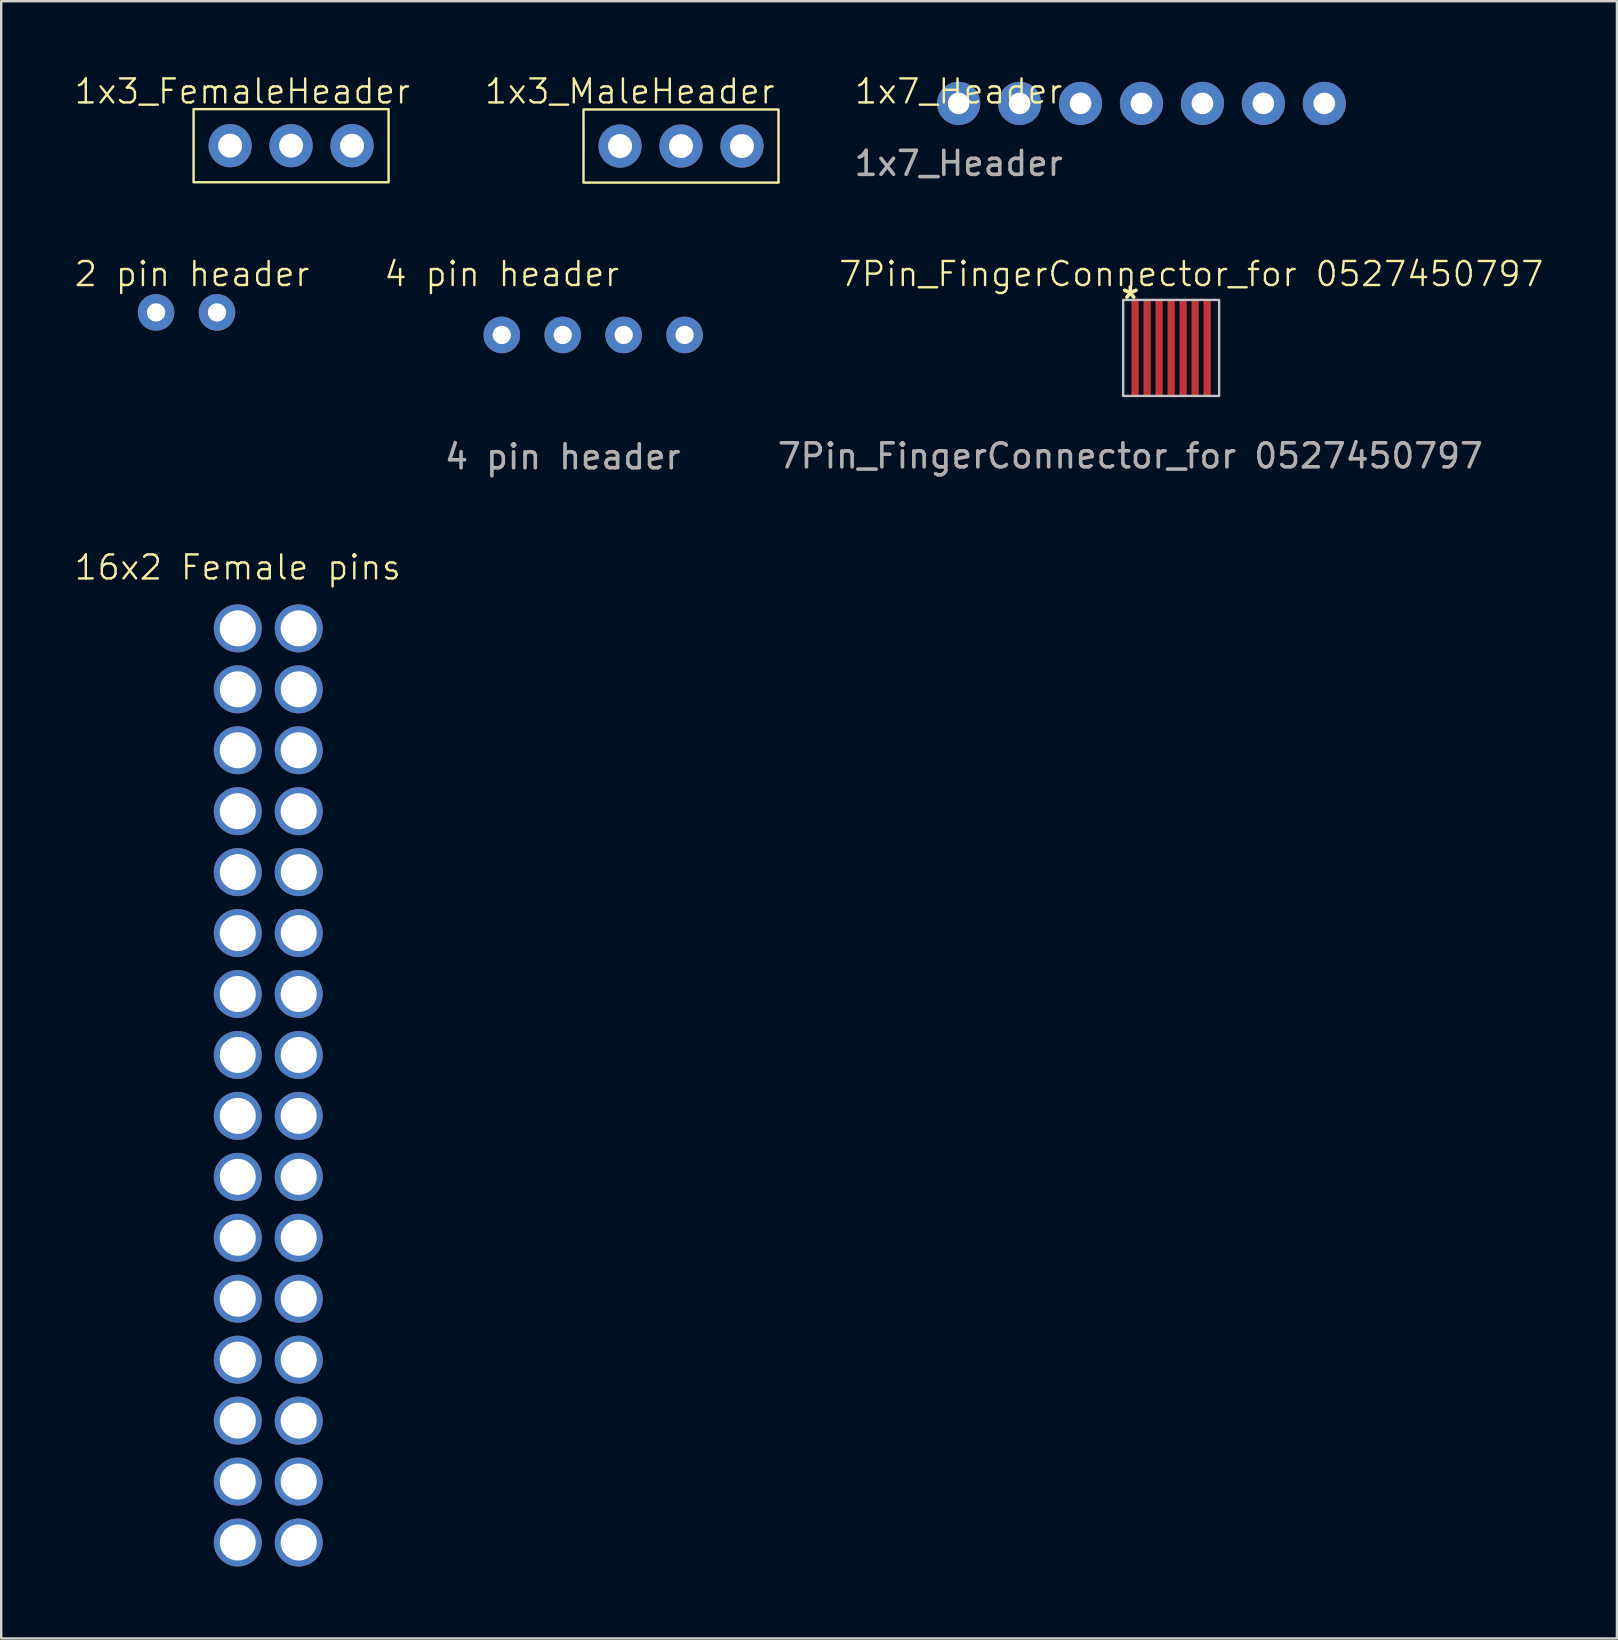
<source format=kicad_pcb>
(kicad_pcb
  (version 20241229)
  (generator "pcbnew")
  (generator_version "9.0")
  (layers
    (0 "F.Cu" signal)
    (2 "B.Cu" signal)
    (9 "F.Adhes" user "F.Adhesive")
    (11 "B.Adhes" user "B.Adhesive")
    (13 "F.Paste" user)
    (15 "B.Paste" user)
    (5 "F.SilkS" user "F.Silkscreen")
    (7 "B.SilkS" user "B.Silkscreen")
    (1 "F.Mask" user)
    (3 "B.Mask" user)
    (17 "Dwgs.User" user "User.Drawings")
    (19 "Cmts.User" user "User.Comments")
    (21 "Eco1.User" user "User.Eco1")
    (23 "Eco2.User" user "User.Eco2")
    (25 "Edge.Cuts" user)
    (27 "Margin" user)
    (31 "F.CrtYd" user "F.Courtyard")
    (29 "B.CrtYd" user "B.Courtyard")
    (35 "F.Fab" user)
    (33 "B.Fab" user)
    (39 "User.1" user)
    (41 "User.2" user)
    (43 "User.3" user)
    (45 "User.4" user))
  (footprint "16x2 Female pins"
    (layer "F.Cu")
    (at 6.86 20.6)
    (property "Reference" "16x2 Female pins" (at 0 0 0) (unlocked yes) (layer "F.SilkS") (effects (font (size 1 1) (thickness 0.1))))
    (attr through_hole)
    (pad "1" thru_hole oval (at 0 2.54) (size 2 2) (drill 1.5) (layers "*.Cu" "*.Mask"))
    (pad "2" thru_hole oval (at 0 5.08) (size 2 2) (drill 1.5) (layers "*.Cu" "*.Mask"))
    (pad "3" thru_hole oval (at 0 7.62) (size 2 2) (drill 1.5) (layers "*.Cu" "*.Mask"))
    (pad "4" thru_hole oval (at 0 10.16) (size 2 2) (drill 1.5) (layers "*.Cu" "*.Mask"))
    (pad "5" thru_hole oval (at 0 12.7) (size 2 2) (drill 1.5) (layers "*.Cu" "*.Mask"))
    (pad "6" thru_hole oval (at 0 15.24) (size 2 2) (drill 1.5) (layers "*.Cu" "*.Mask"))
    (pad "7" thru_hole oval (at 0 17.78) (size 2 2) (drill 1.5) (layers "*.Cu" "*.Mask"))
    (pad "8" thru_hole oval (at 0 20.32) (size 2 2) (drill 1.5) (layers "*.Cu" "*.Mask"))
    (pad "9" thru_hole oval (at 0 22.86) (size 2 2) (drill 1.5) (layers "*.Cu" "*.Mask"))
    (pad "10" thru_hole oval (at 0 25.4) (size 2 2) (drill 1.5) (layers "*.Cu" "*.Mask"))
    (pad "11" thru_hole oval (at 0 27.94) (size 2 2) (drill 1.5) (layers "*.Cu" "*.Mask"))
    (pad "12" thru_hole oval (at 0 30.48) (size 2 2) (drill 1.5) (layers "*.Cu" "*.Mask"))
    (pad "13" thru_hole oval (at 0 33.02) (size 2 2) (drill 1.5) (layers "*.Cu" "*.Mask"))
    (pad "14" thru_hole oval (at 0 35.56) (size 2 2) (drill 1.5) (layers "*.Cu" "*.Mask"))
    (pad "15" thru_hole oval (at 0 38.1) (size 2 2) (drill 1.5) (layers "*.Cu" "*.Mask"))
    (pad "16" thru_hole oval (at 0 40.64) (size 2 2) (drill 1.5) (layers "*.Cu" "*.Mask"))
    (pad "17" thru_hole oval (at 2.54 40.64) (size 2 2) (drill 1.5) (layers "*.Cu" "*.Mask"))
    (pad "18" thru_hole oval (at 2.54 38.1) (size 2 2) (drill 1.5) (layers "*.Cu" "*.Mask"))
    (pad "19" thru_hole oval (at 2.54 35.56) (size 2 2) (drill 1.5) (layers "*.Cu" "*.Mask"))
    (pad "20" thru_hole oval (at 2.54 33.02) (size 2 2) (drill 1.5) (layers "*.Cu" "*.Mask"))
    (pad "21" thru_hole oval (at 2.54 30.48) (size 2 2) (drill 1.5) (layers "*.Cu" "*.Mask"))
    (pad "22" thru_hole oval (at 2.54 27.94) (size 2 2) (drill 1.5) (layers "*.Cu" "*.Mask"))
    (pad "23" thru_hole oval (at 2.54 25.4) (size 2 2) (drill 1.5) (layers "*.Cu" "*.Mask"))
    (pad "24" thru_hole oval (at 2.54 22.86) (size 2 2) (drill 1.5) (layers "*.Cu" "*.Mask"))
    (pad "25" thru_hole oval (at 2.54 20.32) (size 2 2) (drill 1.5) (layers "*.Cu" "*.Mask"))
    (pad "26" thru_hole oval (at 2.54 17.78) (size 2 2) (drill 1.5) (layers "*.Cu" "*.Mask"))
    (pad "27" thru_hole oval (at 2.54 15.24) (size 2 2) (drill 1.5) (layers "*.Cu" "*.Mask"))
    (pad "28" thru_hole oval (at 2.54 12.7) (size 2 2) (drill 1.5) (layers "*.Cu" "*.Mask"))
    (pad "29" thru_hole oval (at 2.54 10.16) (size 2 2) (drill 1.5) (layers "*.Cu" "*.Mask"))
    (pad "30" thru_hole oval (at 2.54 7.62) (size 2 2) (drill 1.5) (layers "*.Cu" "*.Mask"))
    (pad "31" thru_hole oval (at 2.54 5.08) (size 2 2) (drill 1.5) (layers "*.Cu" "*.Mask"))
    (pad "32" thru_hole oval (at 2.54 2.54) (size 2 2) (drill 1.5) (layers "*.Cu" "*.Mask")))
  (footprint "4 pin header"
    (layer "F.Cu")
    (at 17.864 10.911)
    (property "Reference" "4 pin header" (at 0 -2.54 0) (unlocked yes) (layer "F.SilkS") (effects (font (size 1 1) (thickness 0.1))))
    (attr through_hole)
    (fp_text user "${REFERENCE}" (at 2.54 5.08 0) (unlocked yes) (layer "F.Fab") (effects (font (size 1 1) (thickness 0.15))))
    (pad "1" thru_hole circle (at 0 0) (size 1.524 1.524) (drill 0.762) (layers "*.Cu" "*.Mask"))
    (pad "2" thru_hole circle (at 2.54 0) (size 1.524 1.524) (drill 0.762) (layers "*.Cu" "*.Mask"))
    (pad "3" thru_hole circle (at 5.08 0) (size 1.524 1.524) (drill 0.762) (layers "*.Cu" "*.Mask"))
    (pad "4" thru_hole circle (at 7.62 0) (size 1.524 1.524) (drill 0.762) (layers "*.Cu" "*.Mask")))
  (footprint "7Pin_FingerConnector_for 0527450797"
    (layer "F.Cu")
    (at 44.062 13.451)
    (property "Reference" "7Pin_FingerConnector_for 0527450797" (at 2.54 -5.08 0) (unlocked yes) (layer "F.SilkS") (effects (font (size 1 1) (thickness 0.1))))
    (attr smd)
    (fp_rect (start -0.3 -4) (end 3.7 0) (stroke (width 0.1) (type default)) (fill no) (layer "Dwgs.User"))
    (fp_text user "*" (at 0 -4 0) (layer "F.SilkS") (effects (font (size 1 1) (thickness 0.15))))
    (fp_text user "${REFERENCE}" (at 0 2.5 0) (unlocked yes) (layer "F.Fab") (effects (font (size 1 1) (thickness 0.15))))
    (pad "1" smd rect (at 0.2 -2) (size 0.3 4) (layers "F.Cu" "F.Mask" "F.Paste"))
    (pad "2" smd rect (at 0.7 -2) (size 0.3 4) (layers "F.Cu" "F.Mask" "F.Paste"))
    (pad "3" smd rect (at 1.2 -2) (size 0.3 4) (layers "F.Cu" "F.Mask" "F.Paste"))
    (pad "4" smd rect (at 1.7 -2) (size 0.3 4) (layers "F.Cu" "F.Mask" "F.Paste"))
    (pad "5" smd rect (at 2.2 -2) (size 0.3 4) (layers "F.Cu" "F.Mask" "F.Paste"))
    (pad "6" smd rect (at 2.7 -2) (size 0.3 4) (layers "F.Cu" "F.Mask" "F.Paste"))
    (pad "7" smd rect (at 3.2 -2) (size 0.3 4) (layers "F.Cu" "F.Mask" "F.Paste")))
  (footprint "1x3_FemaleHeader"
    (layer "F.Cu")
    (at 6.542 3.022)
    (property "Reference" "1x3_FemaleHeader" (at 0.508 -2.262 0) (unlocked yes) (layer "F.SilkS") (effects (font (size 1 1) (thickness 0.1))))
    (attr through_hole)
    (fp_rect (start -1.524 -1.524) (end 6.604 1.524) (stroke (width 0.1) (type default)) (fill no) (layer "F.SilkS"))
    (pad "1" thru_hole circle (at 0 0) (size 1.8 1.8) (drill 1) (layers "*.Cu" "*.Mask"))
    (pad "2" thru_hole circle (at 2.54 0) (size 1.8 1.8) (drill 1) (layers "*.Cu" "*.Mask"))
    (pad "3" thru_hole circle (at 5.08 0) (size 1.8 1.8) (drill 1) (layers "*.Cu" "*.Mask")))
  (footprint "2 pin header"
    (layer "F.Cu")
    (at 3.455 9.971)
    (property "Reference" "2 pin header" (at 1.5 -1.6 0) (unlocked yes) (layer "F.SilkS") (effects (font (size 1 1) (thickness 0.1))))
    (attr through_hole)
    (pad "1" thru_hole circle (at 0 0) (size 1.524 1.524) (drill 0.762) (layers "*.Cu" "*.Mask"))
    (pad "2" thru_hole circle (at 2.54 0) (size 1.524 1.524) (drill 0.762) (layers "*.Cu" "*.Mask")))
  (footprint "1x3_MaleHeader"
    (layer "F.Cu")
    (at 25.334 3.037)
    (property "Reference" "1x3_MaleHeader" (at -2.136 -2.276 0) (unlocked yes) (layer "F.SilkS") (effects (font (size 1 1) (thickness 0.1))))
    (attr through_hole)
    (fp_rect (start -4.064 -1.524) (end 4.064 1.524) (stroke (width 0.1) (type default)) (fill no) (layer "F.SilkS"))
    (pad "1" thru_hole circle (at -2.54 0) (size 1.8 1.8) (drill 1) (layers "*.Cu" "*.Mask"))
    (pad "2" thru_hole circle (at 0 0) (size 1.8 1.8) (drill 1) (layers "*.Cu" "*.Mask"))
    (pad "3" thru_hole circle (at 2.54 0) (size 1.8 1.8) (drill 1) (layers "*.Cu" "*.Mask")))
  (footprint "1x7_Header"
    (layer "F.Cu")
    (at 36.906 1.26)
    (property "Reference" "1x7_Header" (at 0 -0.5 0) (unlocked yes) (layer "F.SilkS") (effects (font (size 1 1) (thickness 0.1))))
    (attr through_hole)
    (fp_text user "${REFERENCE}" (at 0 2.5 0) (unlocked yes) (layer "F.Fab") (effects (font (size 1 1) (thickness 0.15))))
    (pad "1" thru_hole circle (at 0 0) (size 1.8 1.8) (drill 0.9) (layers "*.Cu" "*.Mask"))
    (pad "2" thru_hole circle (at 2.54 0) (size 1.8 1.8) (drill 0.9) (layers "*.Cu" "*.Mask"))
    (pad "3" thru_hole circle (at 5.08 0) (size 1.8 1.8) (drill 0.9) (layers "*.Cu" "*.Mask"))
    (pad "4" thru_hole circle (at 7.62 0) (size 1.8 1.8) (drill 0.9) (layers "*.Cu" "*.Mask"))
    (pad "5" thru_hole circle (at 10.16 0) (size 1.8 1.8) (drill 0.9) (layers "*.Cu" "*.Mask"))
    (pad "6" thru_hole circle (at 12.7 0) (size 1.8 1.8) (drill 0.9) (layers "*.Cu" "*.Mask"))
    (pad "7" thru_hole circle (at 15.24 0) (size 1.8 1.8) (drill 0.9) (layers "*.Cu" "*.Mask")))
  (gr_rect
    (start -3 -3)
    (end 64.342 65.24)
    (stroke (width 0.1) (type default))
    (fill no)
    (layer "Edge.Cuts")))
</source>
